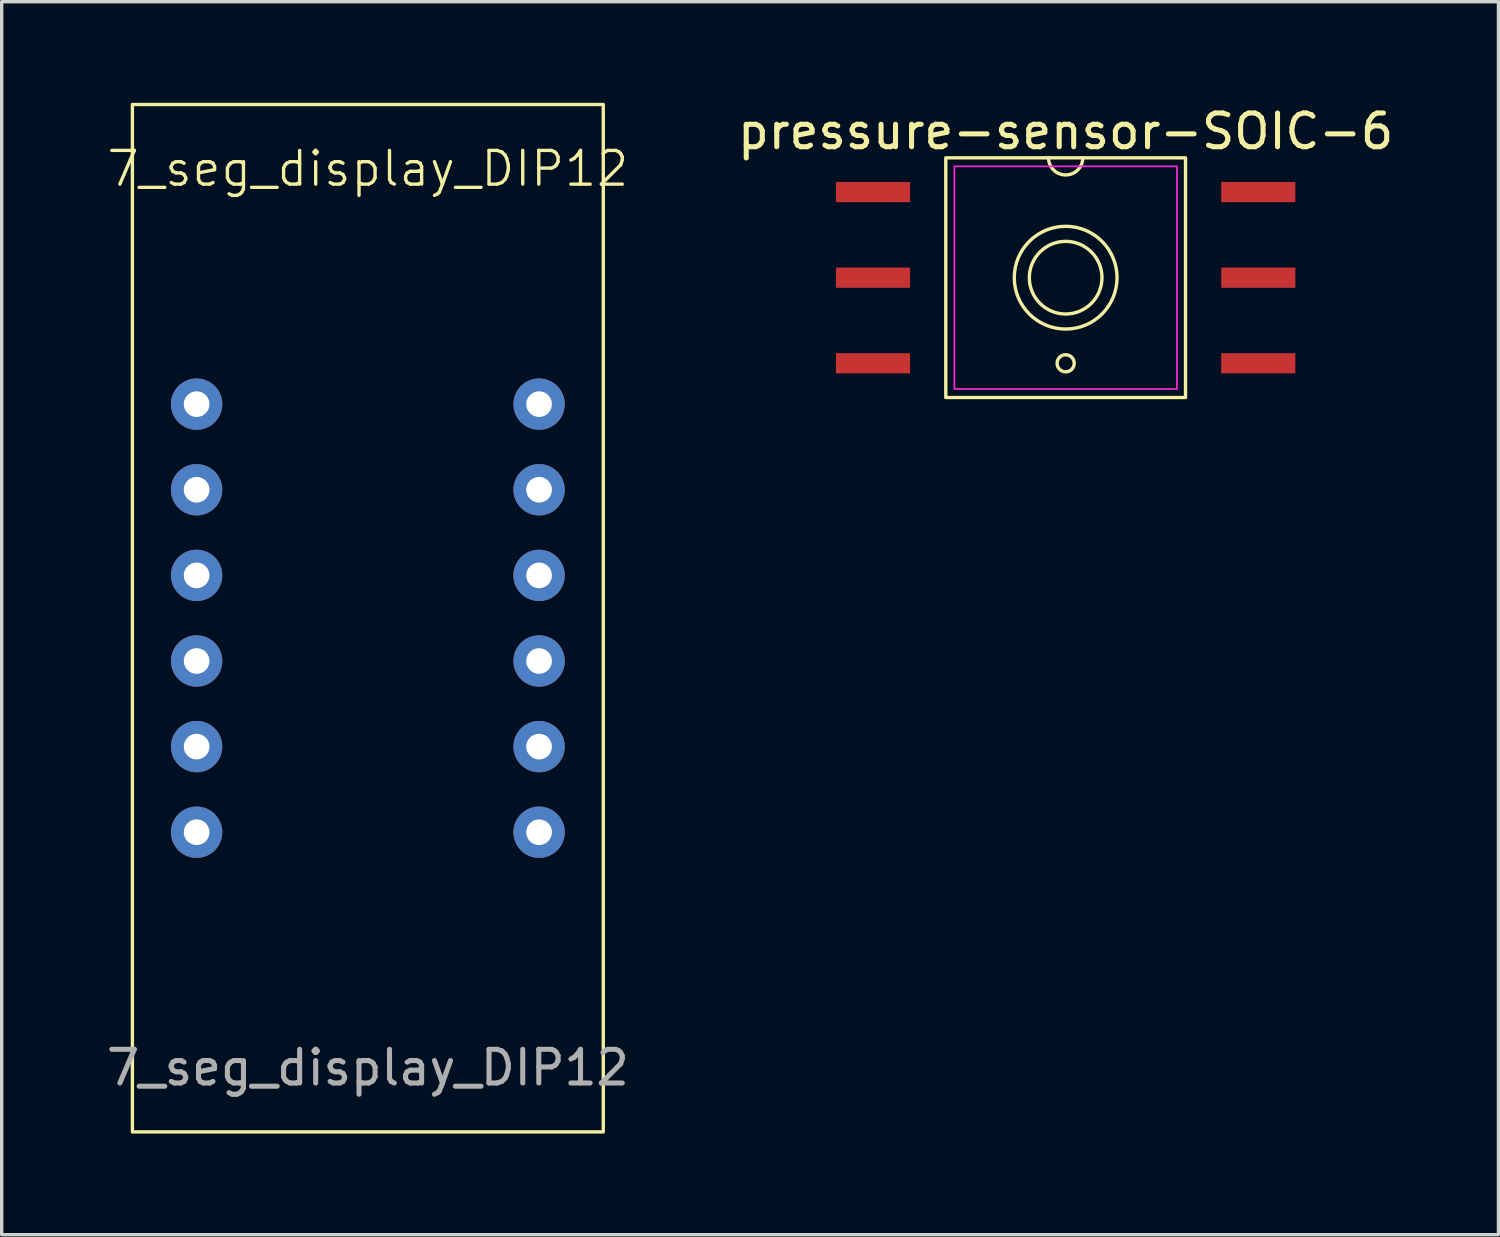
<source format=kicad_pcb>
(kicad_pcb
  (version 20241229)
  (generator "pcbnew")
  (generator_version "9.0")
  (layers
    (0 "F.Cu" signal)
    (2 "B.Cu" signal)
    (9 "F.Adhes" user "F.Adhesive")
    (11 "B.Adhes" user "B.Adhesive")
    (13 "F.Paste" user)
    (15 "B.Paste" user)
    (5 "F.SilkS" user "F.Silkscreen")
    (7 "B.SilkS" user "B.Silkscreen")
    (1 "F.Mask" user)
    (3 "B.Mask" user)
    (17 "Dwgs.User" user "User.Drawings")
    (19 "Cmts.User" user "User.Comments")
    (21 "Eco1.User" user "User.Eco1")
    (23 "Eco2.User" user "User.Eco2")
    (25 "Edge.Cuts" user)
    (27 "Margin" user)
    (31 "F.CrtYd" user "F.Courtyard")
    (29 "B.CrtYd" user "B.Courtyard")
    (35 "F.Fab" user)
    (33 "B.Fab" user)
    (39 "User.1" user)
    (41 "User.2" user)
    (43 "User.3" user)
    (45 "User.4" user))
  (footprint "pressure-sensor-SOIC-6"
    (layer "F.Cu")
    (at 28.565 5.188)
    (property "Reference" "pressure-sensor-SOIC-6" (at 0 -4.34 0) (layer "F.SilkS") (effects (font (size 1 1) (thickness 0.15))))
    (attr smd)
    (fp_rect (start -3.556 -3.556) (end 3.556 3.556) (stroke (width 0.1) (type default)) (fill no) (layer "F.SilkS"))
    (fp_arc (start 0.508 -3.556) (mid 0 -3.048) (end -0.508 -3.556) (stroke (width 0.1) (type default)) (layer "F.SilkS"))
    (fp_circle (center 0 0) (end 0.762 0.762) (stroke (width 0.1) (type default)) (fill no) (layer "F.SilkS"))
    (fp_circle (center 0 0) (end 1.524 0) (stroke (width 0.1) (type default)) (fill no) (layer "F.SilkS"))
    (fp_circle (center 0 2.54) (end 0.254 2.54) (stroke (width 0.1) (type default)) (fill no) (layer "F.SilkS"))
    (fp_rect (start -3.302 -3.302) (end 3.302 3.302) (stroke (width 0.05) (type default)) (fill no) (layer "F.CrtYd"))
    (pad "1" smd rect (at -5.715 -2.54 270) (size 0.6 2.2) (layers "F.Cu" "F.Mask" "F.Paste"))
    (pad "2" smd rect (at -5.715 0 270) (size 0.6 2.2) (layers "F.Cu" "F.Mask" "F.Paste"))
    (pad "3" smd rect (at -5.715 2.54 270) (size 0.6 2.2) (layers "F.Cu" "F.Mask" "F.Paste"))
    (pad "4" smd rect (at 5.715 2.54 270) (size 0.6 2.2) (layers "F.Cu" "F.Mask" "F.Paste"))
    (pad "5" smd rect (at 5.715 0 270) (size 0.6 2.2) (layers "F.Cu" "F.Mask" "F.Paste"))
    (pad "6" smd rect (at 5.715 -2.54 270) (size 0.6 2.2) (layers "F.Cu" "F.Mask" "F.Paste")))
  (footprint "7_seg_display_DIP12"
    (layer "F.Cu")
    (at 7.863 15.29)
    (property "Reference" "7_seg_display_DIP12" (at 0 -13.335 0) (unlocked yes) (layer "F.SilkS") (effects (font (size 1 1) (thickness 0.1))))
    (attr through_hole)
    (fp_rect (start -6.985 -15.24) (end 6.985 15.24) (stroke (width 0.1) (type default)) (fill no) (layer "F.SilkS"))
    (fp_text user "${REFERENCE}" (at 0 13.335 0) (unlocked yes) (layer "F.Fab") (effects (font (size 1 1) (thickness 0.15))))
    (pad "1" thru_hole circle (at -5.08 -6.35) (size 1.524 1.524) (drill 0.762) (layers "*.Cu" "*.Mask"))
    (pad "2" thru_hole circle (at -5.08 -3.81) (size 1.524 1.524) (drill 0.762) (layers "*.Cu" "*.Mask"))
    (pad "3" thru_hole circle (at -5.08 -1.27) (size 1.524 1.524) (drill 0.762) (layers "*.Cu" "*.Mask"))
    (pad "4" thru_hole circle (at -5.08 1.27) (size 1.524 1.524) (drill 0.762) (layers "*.Cu" "*.Mask"))
    (pad "5" thru_hole circle (at -5.08 3.81) (size 1.524 1.524) (drill 0.762) (layers "*.Cu" "*.Mask"))
    (pad "6" thru_hole circle (at -5.08 6.35) (size 1.524 1.524) (drill 0.762) (layers "*.Cu" "*.Mask"))
    (pad "7" thru_hole circle (at 5.08 6.35) (size 1.524 1.524) (drill 0.762) (layers "*.Cu" "*.Mask"))
    (pad "8" thru_hole circle (at 5.08 3.81) (size 1.524 1.524) (drill 0.762) (layers "*.Cu" "*.Mask"))
    (pad "9" thru_hole circle (at 5.08 1.27) (size 1.524 1.524) (drill 0.762) (layers "*.Cu" "*.Mask"))
    (pad "10" thru_hole circle (at 5.08 -1.27) (size 1.524 1.524) (drill 0.762) (layers "*.Cu" "*.Mask"))
    (pad "11" thru_hole circle (at 5.08 -3.81) (size 1.524 1.524) (drill 0.762) (layers "*.Cu" "*.Mask"))
    (pad "12" thru_hole circle (at 5.08 -6.35) (size 1.524 1.524) (drill 0.762) (layers "*.Cu" "*.Mask")))
  (gr_rect
    (start -3 -3)
    (end 41.405 33.58)
    (stroke (width 0.1) (type default))
    (fill no)
    (layer "Edge.Cuts")))
</source>
